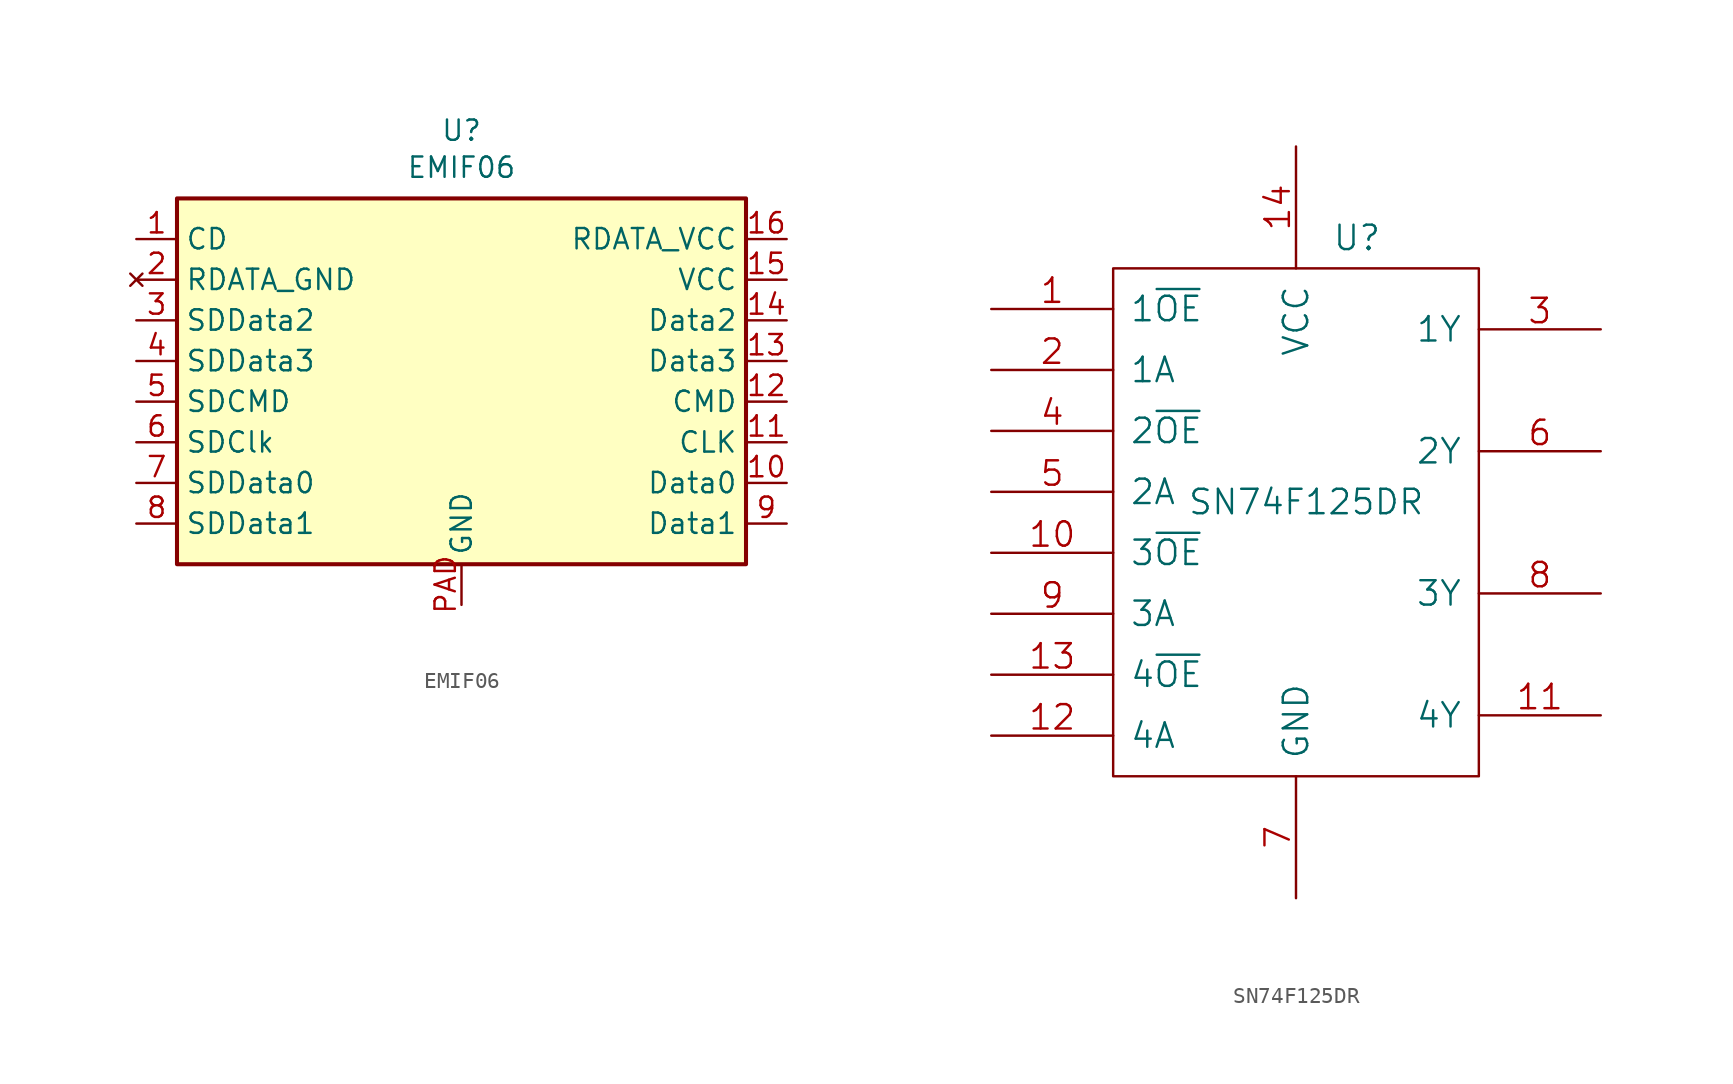
<source format=kicad_sym>
(kicad_symbol_lib
  (version 20241209)
  (generator "kicad_symbol_editor")
  (generator_version "9.0")
  (symbol "EMIF06"
    (property "Reference" "U"
      (at 0 14.402 0)
      (effects (font (size 1.27 1.27))))
    (property "Value" "EMIF06"
      (at 0 12.09 0)
      (effects (font (size 1.27 1.27))))
    (symbol "EMIF06_0_1"
      (rectangle (start -17.78 10.16) (end 17.78 -12.7) (stroke (width 0.254) (type default)) (fill (type background))))
    (symbol "EMIF06_1_1"
      (pin passive line (at -20.32 7.62 0) (length 2.54) (name "CD" (effects (font (size 1.27 1.27)))) (number "1" (effects (font (size 1.27 1.27)))))
      (pin no_connect line (at -20.32 5.08 0) (length 2.54) (name "RDATA_GND" (effects (font (size 1.27 1.27)))) (number "2" (effects (font (size 1.27 1.27)))))
      (pin passive line (at -20.32 2.54 0) (length 2.54) (name "SDData2" (effects (font (size 1.27 1.27)))) (number "3" (effects (font (size 1.27 1.27)))))
      (pin passive line (at -20.32 0 0) (length 2.54) (name "SDData3" (effects (font (size 1.27 1.27)))) (number "4" (effects (font (size 1.27 1.27)))))
      (pin passive line (at -20.32 -2.54 0) (length 2.54) (name "SDCMD" (effects (font (size 1.27 1.27)))) (number "5" (effects (font (size 1.27 1.27)))))
      (pin passive line (at -20.32 -5.08 0) (length 2.54) (name "SDClk" (effects (font (size 1.27 1.27)))) (number "6" (effects (font (size 1.27 1.27)))))
      (pin passive line (at -20.32 -7.62 0) (length 2.54) (name "SDData0" (effects (font (size 1.27 1.27)))) (number "7" (effects (font (size 1.27 1.27)))))
      (pin passive line (at -20.32 -10.16 0) (length 2.54) (name "SDData1" (effects (font (size 1.27 1.27)))) (number "8" (effects (font (size 1.27 1.27)))))
      (pin power_in line (at 0 -15.24 90) (length 2.54) (name "GND" (effects (font (size 1.27 1.27)))) (number "PAD" (effects (font (size 1.27 1.27)))))
      (pin passive line (at 20.32 7.62 180) (length 2.54) (name "RDATA_VCC" (effects (font (size 1.27 1.27)))) (number "16" (effects (font (size 1.27 1.27)))))
      (pin power_in line (at 20.32 5.08 180) (length 2.54) (name "VCC" (effects (font (size 1.27 1.27)))) (number "15" (effects (font (size 1.27 1.27)))))
      (pin passive line (at 20.32 2.54 180) (length 2.54) (name "Data2" (effects (font (size 1.27 1.27)))) (number "14" (effects (font (size 1.27 1.27)))))
      (pin passive line (at 20.32 0 180) (length 2.54) (name "Data3" (effects (font (size 1.27 1.27)))) (number "13" (effects (font (size 1.27 1.27)))))
      (pin passive line (at 20.32 -2.54 180) (length 2.54) (name "CMD" (effects (font (size 1.27 1.27)))) (number "12" (effects (font (size 1.27 1.27)))))
      (pin passive line (at 20.32 -5.08 180) (length 2.54) (name "CLK" (effects (font (size 1.27 1.27)))) (number "11" (effects (font (size 1.27 1.27)))))
      (pin passive line (at 20.32 -7.62 180) (length 2.54) (name "Data0" (effects (font (size 1.27 1.27)))) (number "10" (effects (font (size 1.27 1.27)))))
      (pin passive line (at 20.32 -10.16 180) (length 2.54) (name "Data1" (effects (font (size 1.27 1.27)))) (number "9" (effects (font (size 1.27 1.27)))))))
  (symbol "SN74F125DR"
    (pin_names
      (offset 1.016))
    (property "Reference" "U"
      (at 3.81 15.875 0)
      (effects (font (size 1.524 1.524))))
    (property "Value" "SN74F125DR"
      (at 0.635 -0.635 0)
      (do_not_autoplace)
      (effects (font (size 1.524 1.524))))
    (symbol "SN74F125DR_0_1"
      (rectangle (start -11.43 13.97) (end 11.43 -17.78) (stroke (width 0) (type default)) (fill (type none))))
    (symbol "SN74F125DR_1_1"
      (pin input line (at -19.05 11.43 0) (length 7.62) (name "1~{OE}" (effects (font (size 1.524 1.524)))) (number "1" (effects (font (size 1.524 1.524)))))
      (pin input line (at -19.05 7.62 0) (length 7.62) (name "1A" (effects (font (size 1.524 1.524)))) (number "2" (effects (font (size 1.524 1.524)))))
      (pin input line (at -19.05 3.81 0) (length 7.62) (name "2~{OE}" (effects (font (size 1.524 1.524)))) (number "4" (effects (font (size 1.524 1.524)))))
      (pin input line (at -19.05 0 0) (length 7.62) (name "2A" (effects (font (size 1.524 1.524)))) (number "5" (effects (font (size 1.524 1.524)))))
      (pin input line (at -19.05 -3.81 0) (length 7.62) (name "3~{OE}" (effects (font (size 1.524 1.524)))) (number "10" (effects (font (size 1.524 1.524)))))
      (pin input line (at -19.05 -7.62 0) (length 7.62) (name "3A" (effects (font (size 1.524 1.524)))) (number "9" (effects (font (size 1.524 1.524)))))
      (pin input line (at -19.05 -11.43 0) (length 7.62) (name "4~{OE}" (effects (font (size 1.524 1.524)))) (number "13" (effects (font (size 1.524 1.524)))))
      (pin input line (at -19.05 -15.24 0) (length 7.62) (name "4A" (effects (font (size 1.524 1.524)))) (number "12" (effects (font (size 1.524 1.524)))))
      (pin power_in line (at 0 21.59 270) (length 7.62) (name "VCC" (effects (font (size 1.524 1.524)))) (number "14" (effects (font (size 1.524 1.524)))))
      (pin power_in line (at 0 -25.4 90) (length 7.62) (name "GND" (effects (font (size 1.524 1.524)))) (number "7" (effects (font (size 1.524 1.524)))))
      (pin tri_state line (at 19.05 10.16 180) (length 7.62) (name "1Y" (effects (font (size 1.524 1.524)))) (number "3" (effects (font (size 1.524 1.524)))))
      (pin tri_state line (at 19.05 2.54 180) (length 7.62) (name "2Y" (effects (font (size 1.524 1.524)))) (number "6" (effects (font (size 1.524 1.524)))))
      (pin tri_state line (at 19.05 -6.35 180) (length 7.62) (name "3Y" (effects (font (size 1.524 1.524)))) (number "8" (effects (font (size 1.524 1.524)))))
      (pin tri_state line (at 19.05 -13.97 180) (length 7.62) (name "4Y" (effects (font (size 1.524 1.524)))) (number "11" (effects (font (size 1.524 1.524))))))))
</source>
